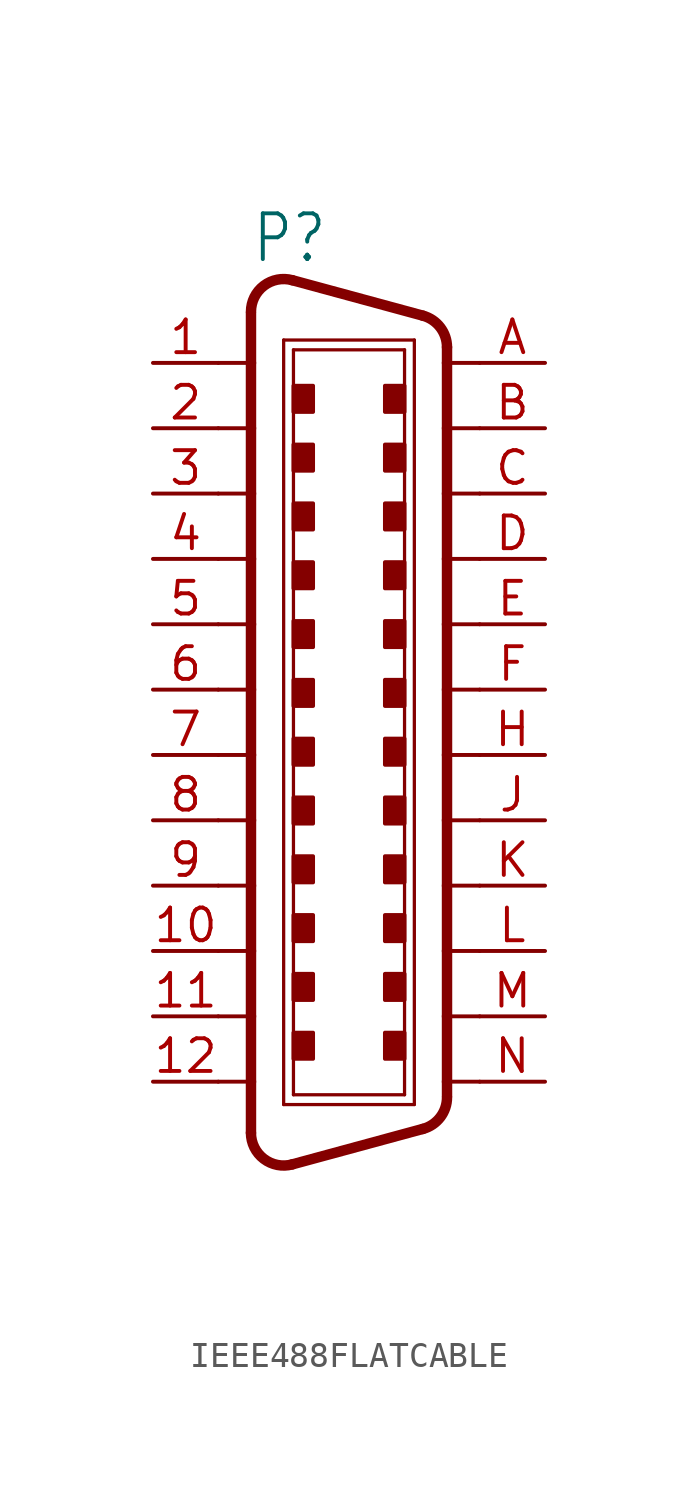
<source format=kicad_sym>
(kicad_symbol_lib
  (version 20220914)
  (generator kicad_symbol_editor)
  (symbol "IEEE488FLATCABLE"
    (property "Reference" "P"
      (at -3.81 16.51 0)
      (effects (font (size 1.778 1.511)) (justify left bottom)))
    (property "Value" ""
      (at -3.81 -20.955 0)
      (effects (font (size 1.778 1.511)) (justify left bottom)))
    (property "ki_locked" ""
      (at 0 0 0)
      (effects (font (size 1.27 1.27))))
    (symbol "IEEE488FLATCABLE_1_0"
      (arc (start -3.81 -17.2298) (mid -3.3114 -18.2388) (end -2.2069 -18.4554) (stroke (width 0.4064) (type solid)) (fill (type none)))
      (arc (start -2.2069 15.9154) (mid -3.3113 15.6987) (end -3.81 14.6898) (stroke (width 0.4064) (type solid)) (fill (type none)))
      (rectangle (start -2.159 -14.351) (end -1.397 -13.335) (stroke (width 0) (type default)) (fill (type outline)))
      (rectangle (start -2.159 -12.065) (end -1.397 -11.049) (stroke (width 0) (type default)) (fill (type outline)))
      (rectangle (start -2.159 -9.779) (end -1.397 -8.763) (stroke (width 0) (type default)) (fill (type outline)))
      (rectangle (start -2.159 -7.493) (end -1.397 -6.477) (stroke (width 0) (type default)) (fill (type outline)))
      (rectangle (start -2.159 -5.207) (end -1.397 -4.191) (stroke (width 0) (type default)) (fill (type outline)))
      (rectangle (start -2.159 -2.921) (end -1.397 -1.905) (stroke (width 0) (type default)) (fill (type outline)))
      (rectangle (start -2.159 -0.635) (end -1.397 0.381) (stroke (width 0) (type default)) (fill (type outline)))
      (rectangle (start -2.159 1.651) (end -1.397 2.667) (stroke (width 0) (type default)) (fill (type outline)))
      (rectangle (start -2.159 3.937) (end -1.397 4.953) (stroke (width 0) (type default)) (fill (type outline)))
      (rectangle (start -2.159 6.223) (end -1.397 7.239) (stroke (width 0) (type default)) (fill (type outline)))
      (rectangle (start -2.159 8.509) (end -1.397 9.525) (stroke (width 0) (type default)) (fill (type outline)))
      (rectangle (start -2.159 10.795) (end -1.397 11.811) (stroke (width 0) (type default)) (fill (type outline)))
      (polyline (pts (xy -5.08 -15.24) (xy -3.81 -15.24)) (stroke (width 0.152) (type solid)) (fill (type none)))
      (polyline (pts (xy -5.08 -12.7) (xy -3.81 -12.7)) (stroke (width 0.152) (type solid)) (fill (type none)))
      (polyline (pts (xy -5.08 -10.16) (xy -3.81 -10.16)) (stroke (width 0.152) (type solid)) (fill (type none)))
      (polyline (pts (xy -5.08 -7.62) (xy -3.81 -7.62)) (stroke (width 0.152) (type solid)) (fill (type none)))
      (polyline (pts (xy -5.08 7.62) (xy -3.81 7.62)) (stroke (width 0.152) (type solid)) (fill (type none)))
      (polyline (pts (xy -5.08 10.16) (xy -3.81 10.16)) (stroke (width 0.152) (type solid)) (fill (type none)))
      (polyline (pts (xy -5.08 12.7) (xy -3.81 12.7)) (stroke (width 0.152) (type solid)) (fill (type none)))
      (polyline (pts (xy -3.81 -15.24) (xy -3.81 -17.23)) (stroke (width 0.406) (type solid)) (fill (type none)))
      (polyline (pts (xy -3.81 -12.7) (xy -3.81 -15.24)) (stroke (width 0.406) (type solid)) (fill (type none)))
      (polyline (pts (xy -3.81 -10.16) (xy -3.81 -12.7)) (stroke (width 0.406) (type solid)) (fill (type none)))
      (polyline (pts (xy -3.81 -7.62) (xy -3.81 -10.16)) (stroke (width 0.406) (type solid)) (fill (type none)))
      (polyline (pts (xy -3.81 -5.08) (xy -5.08 -5.08)) (stroke (width 0.152) (type solid)) (fill (type none)))
      (polyline (pts (xy -3.81 -5.08) (xy -3.81 -7.62)) (stroke (width 0.406) (type solid)) (fill (type none)))
      (polyline (pts (xy -3.81 -2.54) (xy -5.08 -2.54)) (stroke (width 0.152) (type solid)) (fill (type none)))
      (polyline (pts (xy -3.81 -2.54) (xy -3.81 -5.08)) (stroke (width 0.406) (type solid)) (fill (type none)))
      (polyline (pts (xy -3.81 0) (xy -5.08 0)) (stroke (width 0.152) (type solid)) (fill (type none)))
      (polyline (pts (xy -3.81 0) (xy -3.81 -2.54)) (stroke (width 0.406) (type solid)) (fill (type none)))
      (polyline (pts (xy -3.81 2.54) (xy -5.08 2.54)) (stroke (width 0.152) (type solid)) (fill (type none)))
      (polyline (pts (xy -3.81 2.54) (xy -3.81 0)) (stroke (width 0.406) (type solid)) (fill (type none)))
      (polyline (pts (xy -3.81 5.08) (xy -5.08 5.08)) (stroke (width 0.152) (type solid)) (fill (type none)))
      (polyline (pts (xy -3.81 5.08) (xy -3.81 2.54)) (stroke (width 0.406) (type solid)) (fill (type none)))
      (polyline (pts (xy -3.81 7.62) (xy -3.81 5.08)) (stroke (width 0.406) (type solid)) (fill (type none)))
      (polyline (pts (xy -3.81 10.16) (xy -3.81 7.62)) (stroke (width 0.406) (type solid)) (fill (type none)))
      (polyline (pts (xy -3.81 12.7) (xy -3.81 10.16)) (stroke (width 0.406) (type solid)) (fill (type none)))
      (polyline (pts (xy -3.81 14.644) (xy -3.81 12.7)) (stroke (width 0.406) (type solid)) (fill (type none)))
      (polyline (pts (xy -2.54 -16.129) (xy -2.54 13.589)) (stroke (width 0.127) (type solid)) (fill (type none)))
      (polyline (pts (xy -2.54 -16.129) (xy 2.54 -16.129)) (stroke (width 0.127) (type solid)) (fill (type none)))
      (polyline (pts (xy -2.54 13.589) (xy 2.54 13.589)) (stroke (width 0.127) (type solid)) (fill (type none)))
      (polyline (pts (xy -2.159 -15.748) (xy -2.159 13.208)) (stroke (width 0.127) (type solid)) (fill (type none)))
      (polyline (pts (xy -2.159 13.208) (xy 2.159 13.208)) (stroke (width 0.127) (type solid)) (fill (type none)))
      (polyline (pts (xy 2.159 -15.748) (xy -2.159 -15.748)) (stroke (width 0.127) (type solid)) (fill (type none)))
      (polyline (pts (xy 2.159 13.208) (xy 2.159 -15.748)) (stroke (width 0.127) (type solid)) (fill (type none)))
      (polyline (pts (xy 2.54 -16.129) (xy 2.54 13.589)) (stroke (width 0.127) (type solid)) (fill (type none)))
      (polyline (pts (xy 2.873 -17.075) (xy -2.207 -18.455)) (stroke (width 0.406) (type solid)) (fill (type none)))
      (polyline (pts (xy 2.873 14.535) (xy -2.207 15.915)) (stroke (width 0.406) (type solid)) (fill (type none)))
      (polyline (pts (xy 3.81 -15.803) (xy 3.81 -15.24)) (stroke (width 0.406) (type solid)) (fill (type none)))
      (polyline (pts (xy 3.81 -15.24) (xy 3.81 -12.7)) (stroke (width 0.406) (type solid)) (fill (type none)))
      (polyline (pts (xy 3.81 -12.7) (xy 3.81 -10.16)) (stroke (width 0.406) (type solid)) (fill (type none)))
      (polyline (pts (xy 3.81 -10.16) (xy 3.81 -7.62)) (stroke (width 0.406) (type solid)) (fill (type none)))
      (polyline (pts (xy 3.81 -7.62) (xy 3.81 -5.08)) (stroke (width 0.406) (type solid)) (fill (type none)))
      (polyline (pts (xy 3.81 -5.08) (xy 3.81 -2.54)) (stroke (width 0.406) (type solid)) (fill (type none)))
      (polyline (pts (xy 3.81 -2.54) (xy 3.81 0)) (stroke (width 0.406) (type solid)) (fill (type none)))
      (polyline (pts (xy 3.81 0) (xy 3.81 2.54)) (stroke (width 0.406) (type solid)) (fill (type none)))
      (polyline (pts (xy 3.81 2.54) (xy 3.81 5.08)) (stroke (width 0.406) (type solid)) (fill (type none)))
      (polyline (pts (xy 3.81 5.08) (xy 3.81 7.62)) (stroke (width 0.406) (type solid)) (fill (type none)))
      (polyline (pts (xy 3.81 7.62) (xy 3.81 10.16)) (stroke (width 0.406) (type solid)) (fill (type none)))
      (polyline (pts (xy 3.81 10.16) (xy 3.81 12.7)) (stroke (width 0.406) (type solid)) (fill (type none)))
      (polyline (pts (xy 3.81 12.7) (xy 3.81 13.31)) (stroke (width 0.406) (type solid)) (fill (type none)))
      (polyline (pts (xy 5.08 -15.24) (xy 3.81 -15.24)) (stroke (width 0.152) (type solid)) (fill (type none)))
      (polyline (pts (xy 5.08 -12.7) (xy 3.81 -12.7)) (stroke (width 0.152) (type solid)) (fill (type none)))
      (polyline (pts (xy 5.08 -10.16) (xy 3.81 -10.16)) (stroke (width 0.152) (type solid)) (fill (type none)))
      (polyline (pts (xy 5.08 -7.62) (xy 3.81 -7.62)) (stroke (width 0.152) (type solid)) (fill (type none)))
      (polyline (pts (xy 5.08 -5.08) (xy 3.81 -5.08)) (stroke (width 0.152) (type solid)) (fill (type none)))
      (polyline (pts (xy 5.08 -2.54) (xy 3.81 -2.54)) (stroke (width 0.152) (type solid)) (fill (type none)))
      (polyline (pts (xy 5.08 0) (xy 3.81 0)) (stroke (width 0.152) (type solid)) (fill (type none)))
      (polyline (pts (xy 5.08 2.54) (xy 3.81 2.54)) (stroke (width 0.152) (type solid)) (fill (type none)))
      (polyline (pts (xy 5.08 5.08) (xy 3.81 5.08)) (stroke (width 0.152) (type solid)) (fill (type none)))
      (polyline (pts (xy 5.08 7.62) (xy 3.81 7.62)) (stroke (width 0.152) (type solid)) (fill (type none)))
      (polyline (pts (xy 5.08 10.16) (xy 3.81 10.16)) (stroke (width 0.152) (type solid)) (fill (type none)))
      (polyline (pts (xy 5.08 12.7) (xy 3.81 12.7)) (stroke (width 0.152) (type solid)) (fill (type none)))
      (rectangle (start 1.397 -14.351) (end 2.159 -13.335) (stroke (width 0) (type default)) (fill (type outline)))
      (rectangle (start 1.397 -12.065) (end 2.159 -11.049) (stroke (width 0) (type default)) (fill (type outline)))
      (rectangle (start 1.397 -9.779) (end 2.159 -8.763) (stroke (width 0) (type default)) (fill (type outline)))
      (rectangle (start 1.397 -7.493) (end 2.159 -6.477) (stroke (width 0) (type default)) (fill (type outline)))
      (rectangle (start 1.397 -5.207) (end 2.159 -4.191) (stroke (width 0) (type default)) (fill (type outline)))
      (rectangle (start 1.397 -2.921) (end 2.159 -1.905) (stroke (width 0) (type default)) (fill (type outline)))
      (rectangle (start 1.397 -0.635) (end 2.159 0.381) (stroke (width 0) (type default)) (fill (type outline)))
      (rectangle (start 1.397 1.651) (end 2.159 2.667) (stroke (width 0) (type default)) (fill (type outline)))
      (rectangle (start 1.397 3.937) (end 2.159 4.953) (stroke (width 0) (type default)) (fill (type outline)))
      (rectangle (start 1.397 6.223) (end 2.159 7.239) (stroke (width 0) (type default)) (fill (type outline)))
      (rectangle (start 1.397 8.509) (end 2.159 9.525) (stroke (width 0) (type default)) (fill (type outline)))
      (rectangle (start 1.397 10.795) (end 2.159 11.811) (stroke (width 0) (type default)) (fill (type outline)))
      (arc (start 2.873 -17.0751) (mid 3.5489 -16.6209) (end 3.81 -15.8495) (stroke (width 0.4064) (type solid)) (fill (type none)))
      (arc (start 3.81 13.3096) (mid 3.5489 14.081) (end 2.873 14.5352) (stroke (width 0.4064) (type solid)) (fill (type none)))
      (pin passive line (at -7.62 12.7 0) (length 2.54) (name "1" (effects (font (size 0 0)))) (number "1" (effects (font (size 1.27 1.27)))))
      (pin passive line (at -7.62 -10.16 0) (length 2.54) (name "10" (effects (font (size 0 0)))) (number "10" (effects (font (size 1.27 1.27)))))
      (pin passive line (at -7.62 -12.7 0) (length 2.54) (name "11" (effects (font (size 0 0)))) (number "11" (effects (font (size 1.27 1.27)))))
      (pin passive line (at -7.62 -15.24 0) (length 2.54) (name "12" (effects (font (size 0 0)))) (number "12" (effects (font (size 1.27 1.27)))))
      (pin passive line (at -7.62 10.16 0) (length 2.54) (name "2" (effects (font (size 0 0)))) (number "2" (effects (font (size 1.27 1.27)))))
      (pin passive line (at -7.62 7.62 0) (length 2.54) (name "3" (effects (font (size 0 0)))) (number "3" (effects (font (size 1.27 1.27)))))
      (pin passive line (at -7.62 5.08 0) (length 2.54) (name "4" (effects (font (size 0 0)))) (number "4" (effects (font (size 1.27 1.27)))))
      (pin passive line (at -7.62 2.54 0) (length 2.54) (name "5" (effects (font (size 0 0)))) (number "5" (effects (font (size 1.27 1.27)))))
      (pin passive line (at -7.62 0 0) (length 2.54) (name "6" (effects (font (size 0 0)))) (number "6" (effects (font (size 1.27 1.27)))))
      (pin passive line (at -7.62 -2.54 0) (length 2.54) (name "7" (effects (font (size 0 0)))) (number "7" (effects (font (size 1.27 1.27)))))
      (pin passive line (at -7.62 -5.08 0) (length 2.54) (name "8" (effects (font (size 0 0)))) (number "8" (effects (font (size 1.27 1.27)))))
      (pin passive line (at -7.62 -7.62 0) (length 2.54) (name "9" (effects (font (size 0 0)))) (number "9" (effects (font (size 1.27 1.27)))))
      (pin passive line (at 7.62 12.7 180) (length 2.54) (name "13" (effects (font (size 0 0)))) (number "A" (effects (font (size 1.27 1.27)))))
      (pin passive line (at 7.62 10.16 180) (length 2.54) (name "14" (effects (font (size 0 0)))) (number "B" (effects (font (size 1.27 1.27)))))
      (pin passive line (at 7.62 7.62 180) (length 2.54) (name "15" (effects (font (size 0 0)))) (number "C" (effects (font (size 1.27 1.27)))))
      (pin passive line (at 7.62 5.08 180) (length 2.54) (name "16" (effects (font (size 0 0)))) (number "D" (effects (font (size 1.27 1.27)))))
      (pin passive line (at 7.62 2.54 180) (length 2.54) (name "17" (effects (font (size 0 0)))) (number "E" (effects (font (size 1.27 1.27)))))
      (pin passive line (at 7.62 0 180) (length 2.54) (name "18" (effects (font (size 0 0)))) (number "F" (effects (font (size 1.27 1.27)))))
      (pin passive line (at 7.62 -2.54 180) (length 2.54) (name "19" (effects (font (size 0 0)))) (number "H" (effects (font (size 1.27 1.27)))))
      (pin passive line (at 7.62 -5.08 180) (length 2.54) (name "20" (effects (font (size 0 0)))) (number "J" (effects (font (size 1.27 1.27)))))
      (pin passive line (at 7.62 -7.62 180) (length 2.54) (name "21" (effects (font (size 0 0)))) (number "K" (effects (font (size 1.27 1.27)))))
      (pin passive line (at 7.62 -10.16 180) (length 2.54) (name "22" (effects (font (size 0 0)))) (number "L" (effects (font (size 1.27 1.27)))))
      (pin passive line (at 7.62 -12.7 180) (length 2.54) (name "23" (effects (font (size 0 0)))) (number "M" (effects (font (size 1.27 1.27)))))
      (pin passive line (at 7.62 -15.24 180) (length 2.54) (name "24" (effects (font (size 0 0)))) (number "N" (effects (font (size 1.27 1.27))))))))
</source>
